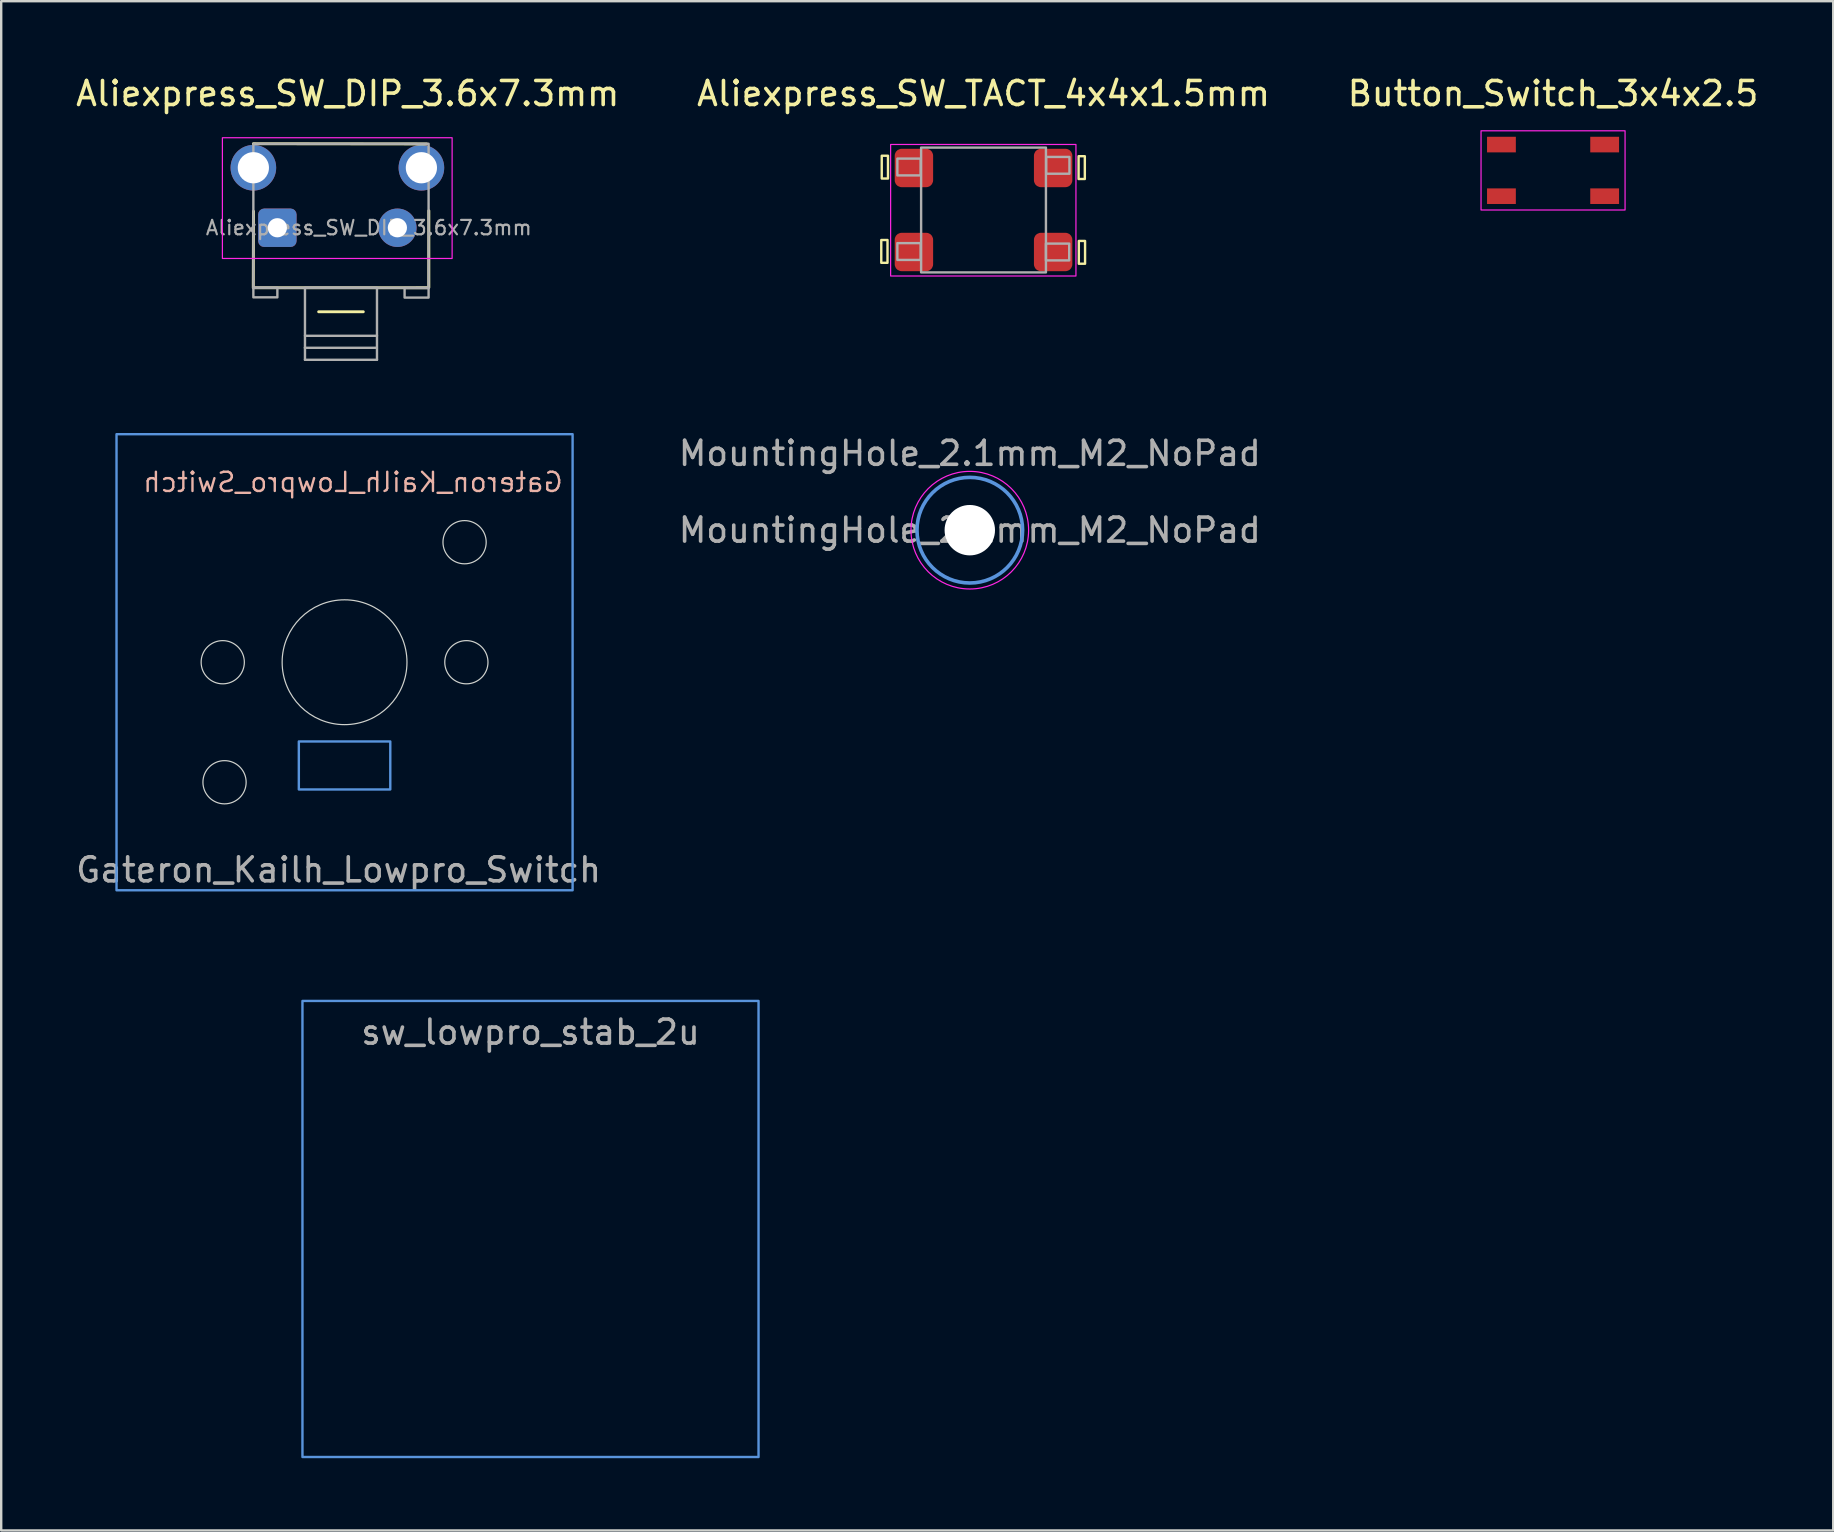
<source format=kicad_pcb>
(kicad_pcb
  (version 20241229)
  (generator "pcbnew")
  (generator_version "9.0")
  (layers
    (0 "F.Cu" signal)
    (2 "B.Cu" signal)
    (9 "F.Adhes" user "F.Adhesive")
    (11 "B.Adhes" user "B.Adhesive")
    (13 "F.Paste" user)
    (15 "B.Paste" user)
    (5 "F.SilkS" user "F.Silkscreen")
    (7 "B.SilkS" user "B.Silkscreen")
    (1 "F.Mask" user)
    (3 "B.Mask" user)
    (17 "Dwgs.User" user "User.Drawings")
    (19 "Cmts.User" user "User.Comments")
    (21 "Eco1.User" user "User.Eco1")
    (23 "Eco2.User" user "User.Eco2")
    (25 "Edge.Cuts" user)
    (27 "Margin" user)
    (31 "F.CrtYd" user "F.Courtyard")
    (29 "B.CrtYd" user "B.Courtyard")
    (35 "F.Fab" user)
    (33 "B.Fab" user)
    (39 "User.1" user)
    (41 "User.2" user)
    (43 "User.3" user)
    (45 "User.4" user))
  (footprint "sw_lowpro_stab_2u"
    (layer "F.Cu")
    (at 19.05 48.149)
    (property "Reference" "sw_lowpro_stab_2u" (at -0.1 -10.3 0) (unlocked yes) (layer "Eco1.User") (effects (font (size 1 1) (thickness 0.1))))
    (attr smd)
    (fp_rect (start -9.5 -9.5) (end 9.5 9.5) (stroke (width 0.1) (type solid)) (fill no) (layer "Cmts.User"))
    (fp_rect (start -19 -9.5) (end 19 9.5) (stroke (width 0.1) (type default)) (fill no) (layer "User.2"))
    (fp_line (start -15 -9.5) (end -15 5.33) (stroke (width 0.12) (type solid)) (layer "User.3"))
    (fp_line (start -14.6 5.73) (end -9.4 5.73) (stroke (width 0.12) (type solid)) (layer "User.3"))
    (fp_line (start -14.6 -9.97) (end -9.4 -9.97) (stroke (width 0.12) (type solid)) (layer "User.3"))
    (fp_line (start -9 -9.5) (end -9 5.33) (stroke (width 0.12) (type solid)) (layer "User.3"))
    (fp_line (start 9 -9.5) (end 9 5.33) (stroke (width 0.12) (type solid)) (layer "User.3"))
    (fp_line (start 9.4 5.73) (end 14.6 5.73) (stroke (width 0.12) (type solid)) (layer "User.3"))
    (fp_line (start 14.6 -9.9) (end 9.4 -9.9) (stroke (width 0.12) (type solid)) (layer "User.3"))
    (fp_line (start 15 -9.5) (end 15 5.33) (stroke (width 0.12) (type solid)) (layer "User.3"))
    (fp_rect (start 9.5 -9.5) (end -9.5 9.5) (stroke (width 0.12) (type solid)) (fill no) (layer "User.3"))
    (fp_arc (start -15 -9.57) (mid -14.882842 -9.852843) (end -14.599999 -9.97) (stroke (width 0.12) (type solid)) (layer "User.3"))
    (fp_arc (start -14.6 5.73) (mid -14.882843 5.612843) (end -15 5.33) (stroke (width 0.12) (type solid)) (layer "User.3"))
    (fp_arc (start -9.4 -9.97) (mid -9.117157 -9.852842) (end -9 -9.569999) (stroke (width 0.12) (type solid)) (layer "User.3"))
    (fp_arc (start -9 5.33) (mid -9.117157 5.612843) (end -9.4 5.73) (stroke (width 0.12) (type solid)) (layer "User.3"))
    (fp_arc (start 9 -9.5) (mid 9.117157 -9.782843) (end 9.4 -9.9) (stroke (width 0.12) (type solid)) (layer "User.3"))
    (fp_arc (start 9.4 5.73) (mid 9.117157 5.612843) (end 9 5.33) (stroke (width 0.12) (type solid)) (layer "User.3"))
    (fp_arc (start 14.6 -9.9) (mid 14.882843 -9.782843) (end 15 -9.5) (stroke (width 0.12) (type solid)) (layer "User.3"))
    (fp_arc (start 15 5.33) (mid 14.882843 5.612843) (end 14.6 5.73) (stroke (width 0.12) (type solid)) (layer "User.3"))
    (fp_text user "${REFERENCE}" (at 0 -8.2 0) (layer "F.Fab") (effects (font (size 1 1) (thickness 0.15)))))
  (footprint "Aliexpress_SW_DIP_3.6x7.3mm"
    (layer "F.Cu")
    (at 8.505 6.438)
    (property "Reference" "Aliexpress_SW_DIP_3.6x7.3mm" (at 2.93 -5.59 0) (layer "F.SilkS") (effects (font (size 1 1) (thickness 0.15))))
    (attr through_hole)
    (fp_line (start -1 -3.5) (end 6.219 -3.491) (stroke (width 0.12) (type solid)) (layer "F.SilkS"))
    (fp_line (start -0.996 -0.685) (end -1.004 2.505) (stroke (width 0.12) (type solid)) (layer "F.SilkS"))
    (fp_line (start -0.955 2.501) (end 6.255 2.499) (stroke (width 0.12) (type solid)) (layer "F.SilkS"))
    (fp_line (start 1.72 3.5) (end 3.58 3.5) (stroke (width 0.12) (type solid)) (layer "F.SilkS"))
    (fp_line (start 6.31 -0.71) (end 6.31 2.49) (stroke (width 0.12) (type solid)) (layer "F.SilkS"))
    (fp_rect (start -2.29 -3.75) (end 7.28 1.28) (stroke (width 0.05) (type solid)) (fill no) (layer "F.CrtYd"))
    (fp_line (start 1.15 4.5) (end 1.15 5) (stroke (width 0.1) (type default)) (layer "F.Fab"))
    (fp_line (start 1.15 5) (end 4.1 5) (stroke (width 0.1) (type default)) (layer "F.Fab"))
    (fp_line (start 1.15 5.5) (end 1.15 5) (stroke (width 0.1) (type default)) (layer "F.Fab"))
    (fp_line (start 4.15 4.5) (end 4.15 5.5) (stroke (width 0.1) (type default)) (layer "F.Fab"))
    (fp_line (start 4.15 5.5) (end 1.15 5.5) (stroke (width 0.1) (type default)) (layer "F.Fab"))
    (fp_rect (start -1 -3.5) (end 6.3 2.5) (stroke (width 0.1) (type solid)) (fill no) (layer "F.Fab"))
    (fp_rect (start -1 2.5) (end 0 2.9) (stroke (width 0.1) (type solid)) (fill no) (layer "F.Fab"))
    (fp_rect (start 1.15 2.5) (end 4.15 4.5) (stroke (width 0.1) (type solid)) (fill no) (layer "F.Fab"))
    (fp_rect (start 5.3 2.51) (end 6.3 2.91) (stroke (width 0.1) (type solid)) (fill no) (layer "F.Fab"))
    (fp_text user "${REFERENCE}" (at 3.81 0 0) (layer "F.Fab") (effects (font (size 0.6 0.6) (thickness 0.09))))
    (pad "1" thru_hole roundrect (at 0 0) (size 1.6 1.6) (drill 0.8) (layers "*.Cu" "*.Mask") (roundrect_rratio 0.156))
    (pad "2" thru_hole circle (at 5 0) (size 1.6 1.6) (drill 0.8) (layers "*.Cu" "*.Mask"))
    (pad "3" thru_hole circle (at -1 -2.5) (size 1.9 1.9) (drill 1.3) (layers "*.Cu" "*.Mask"))
    (pad "3" thru_hole circle (at 6 -2.5) (size 1.9 1.9) (drill 1.3) (layers "*.Cu" "*.Mask")))
  (footprint "Aliexpress_SW_TACT_4x4x1.5mm"
    (layer "F.Cu")
    (at 37.923 5.698)
    (property "Reference" "Aliexpress_SW_TACT_4x4x1.5mm" (at 0 -4.85 0) (layer "F.SilkS") (effects (font (size 1 1) (thickness 0.15))))
    (attr through_hole)
    (fp_rect (start -4.26 1.25) (end -4 2.2) (stroke (width 0.1) (type default)) (fill no) (layer "F.SilkS"))
    (fp_rect (start -4.24 -2.26) (end -3.98 -1.31) (stroke (width 0.1) (type default)) (fill no) (layer "F.SilkS"))
    (fp_rect (start 3.96 -2.24) (end 4.22 -1.29) (stroke (width 0.1) (type default)) (fill no) (layer "F.SilkS"))
    (fp_rect (start 3.97 1.29) (end 4.23 2.24) (stroke (width 0.1) (type default)) (fill no) (layer "F.SilkS"))
    (fp_rect (start -3.87 -2.73) (end 3.85 2.75) (stroke (width 0.05) (type default)) (fill no) (layer "F.CrtYd"))
    (fp_rect (start -3.59 -2.14) (end -2.62 -1.44) (stroke (width 0.1) (type default)) (fill no) (layer "F.Fab"))
    (fp_rect (start -3.59 1.38) (end -2.62 2.08) (stroke (width 0.1) (type default)) (fill no) (layer "F.Fab"))
    (fp_rect (start -2.6 -2.6) (end 2.6 2.6) (stroke (width 0.1) (type solid)) (fill no) (layer "F.Fab"))
    (fp_rect (start 2.6 1.4) (end 3.57 2.1) (stroke (width 0.1) (type default)) (fill no) (layer "F.Fab"))
    (fp_rect (start 2.61 -2.21) (end 3.58 -1.51) (stroke (width 0.1) (type default)) (fill no) (layer "F.Fab"))
    (pad "1" smd roundrect (at -2.9 -1.75 180) (size 1.6 1.6) (layers "F.Cu" "F.Mask" "F.Paste") (roundrect_rratio 0.179))
    (pad "1" smd roundrect (at 2.9 -1.75) (size 1.6 1.6) (layers "F.Cu" "F.Mask" "F.Paste") (roundrect_rratio 0.179))
    (pad "2" smd roundrect (at -2.9 1.75 180) (size 1.6 1.6) (layers "F.Cu" "F.Mask" "F.Paste") (roundrect_rratio 0.179))
    (pad "2" smd roundrect (at 2.9 1.75 180) (size 1.6 1.6) (layers "F.Cu" "F.Mask" "F.Paste") (roundrect_rratio 0.179)))
  (footprint "Button_Switch_3x4x2.5"
    (layer "F.Cu")
    (at 61.649 4.048)
    (property "Reference" "Button_Switch_3x4x2.5" (at 0 -3.2 0) (layer "F.SilkS") (effects (font (size 1 1) (thickness 0.15))))
    (attr smd)
    (fp_rect (start -3 -1.65) (end 3 1.65) (stroke (width 0.05) (type default)) (fill no) (layer "F.CrtYd"))
    (pad "1" smd rect (at -2.15 -1.075) (size 1.2 0.65) (layers "F.Cu" "F.Mask" "F.Paste"))
    (pad "1" smd rect (at 2.15 -1.075) (size 1.2 0.65) (layers "F.Cu" "F.Mask" "F.Paste"))
    (pad "2" smd rect (at -2.15 1.075) (size 1.2 0.65) (layers "F.Cu" "F.Mask" "F.Paste"))
    (pad "2" smd rect (at 2.15 1.075) (size 1.2 0.65) (layers "F.Cu" "F.Mask" "F.Paste")))
  (footprint "Gateron_Kailh_Lowpro_Switch"
    (layer "F.Cu")
    (at 11.304 24.538)
    (property "Reference" "Gateron_Kailh_Lowpro_Switch" (at 0.35 -7.5 0) (unlocked yes) (layer "B.SilkS") (effects (font (size 0.8 0.8) (thickness 0.1)) (justify mirror)))
    (attr smd)
    (fp_rect (start -9.5 -9.5) (end 9.5 9.5) (stroke (width 0.1) (type solid)) (fill no) (layer "Cmts.User"))
    (fp_rect (start -1.905 3.3) (end 1.905 5.3) (stroke (width 0.1) (type solid)) (fill no) (layer "Cmts.User"))
    (fp_circle (center -5.075 0) (end -4.175 0) (stroke (width 0.05) (type solid)) (fill no) (layer "Edge.Cuts"))
    (fp_circle (center -5 5) (end -4.1 5) (stroke (width 0.05) (type solid)) (fill no) (layer "Edge.Cuts"))
    (fp_circle (center 0 0) (end 2.6 0) (stroke (width 0.05) (type solid)) (fill no) (layer "Edge.Cuts"))
    (fp_circle (center 5 -5) (end 5.9 -5) (stroke (width 0.05) (type solid)) (fill no) (layer "Edge.Cuts"))
    (fp_circle (center 5.075 0) (end 5.975 0) (stroke (width 0.05) (type solid)) (fill no) (layer "Edge.Cuts"))
    (fp_circle (center -5.075 0) (end -4.075 0) (stroke (width 0.05) (type solid)) (fill no) (layer "User.1"))
    (fp_circle (center -5 5) (end -4 5) (stroke (width 0.05) (type solid)) (fill no) (layer "User.1"))
    (fp_circle (center 0 0) (end 2.75 0) (stroke (width 0.1) (type solid)) (fill no) (layer "User.1"))
    (fp_circle (center 5 -5) (end 6 -5) (stroke (width 0.05) (type solid)) (fill no) (layer "User.1"))
    (fp_circle (center 5.075 0) (end 6.075 0) (stroke (width 0.05) (type solid)) (fill no) (layer "User.1"))
    (fp_rect (start -2.5 -6) (end 2.5 -3.5) (stroke (width 0.1) (type solid)) (fill no) (layer "User.2"))
    (fp_circle (center 0 4.3) (end 2.75 4.3) (stroke (width 0.1) (type solid)) (fill no) (layer "User.2"))
    (fp_circle (center -1 4.3) (end 1.75 4.3) (stroke (width 0.1) (type solid)) (fill no) (layer "User.3"))
    (fp_circle (center 0 -4.75) (end 2.75 -4.75) (stroke (width 0.1) (type solid)) (fill no) (layer "User.3"))
    (fp_circle (center 1 4.3) (end 3.75 4.3) (stroke (width 0.1) (type solid)) (fill no) (layer "User.3"))
    (fp_line (start -7 -6.6) (end -7 6.6) (stroke (width 0.12) (type solid)) (layer "User.4"))
    (fp_line (start -6.6 -7) (end 6.6 -7) (stroke (width 0.12) (type solid)) (layer "User.4"))
    (fp_line (start -6.6 7) (end 6.6 7) (stroke (width 0.12) (type solid)) (layer "User.4"))
    (fp_line (start 7 -6.6) (end 7 6.6) (stroke (width 0.12) (type solid)) (layer "User.4"))
    (fp_arc (start -7 -6.6) (mid -6.882843 -6.882843) (end -6.6 -7) (stroke (width 0.12) (type solid)) (layer "User.4"))
    (fp_arc (start -6.6 7) (mid -6.882843 6.882843) (end -7 6.6) (stroke (width 0.12) (type solid)) (layer "User.4"))
    (fp_arc (start 6.6 -7) (mid 6.882843 -6.882843) (end 7 -6.6) (stroke (width 0.12) (type solid)) (layer "User.4"))
    (fp_arc (start 7 6.6) (mid 6.882843 6.882843) (end 6.6 7) (stroke (width 0.12) (type solid)) (layer "User.4"))
    (fp_text user "${REFERENCE}" (at -0.25 8.65 0) (unlocked yes) (layer "F.Fab") (effects (font (size 1 1) (thickness 0.15))))
    (zone (net_name "") (layers "F.Cu" "B.Cu") (hatch edge 0.5) (connect_pads) (min_thickness 0.25) (filled_areas_thickness no) (keepout (tracks allowed) (vias allowed) (pads allowed) (copperpour not_allowed) (footprints allowed)) (placement (enabled no)) (fill) (polygon (pts (xy 18.304 24.538) (xy 18.354 29.138) (xy 16.204 29.138) (xy 16.204 28.638) (xy 14.554 28.638) (xy 14.554 30.138) (xy 16.204 30.138) (xy 16.204 29.488) (xy 18.354 29.488) (xy 18.304 33.088) (xy 4.304 33.088) (xy 4.304 24.538) (xy 7.704 24.538) (xy 7.704 26.588) (xy 7.054 27.638) (xy 7.554 28.538) (xy 8.454 28.538) (xy 9.054 28.138) (xy 9.024 27.438) (xy 8.054 26.588) (xy 8.054 24.538)))))
  (footprint "MountingHole_2.1mm_M2_NoPad"
    (layer "F.Cu")
    (at 37.351 19.037)
    (property "Reference" "MountingHole_2.1mm_M2_NoPad" (at 0 -3.2 0) (layer "F.Fab") (effects (font (size 1 1) (thickness 0.15))))
    (attr exclude_from_pos_files exclude_from_bom)
    (fp_circle (center 0 0) (end 2.2 0) (stroke (width 0.15) (type solid)) (fill no) (layer "Cmts.User"))
    (fp_circle (center 0 0) (end 2.45 0) (stroke (width 0.05) (type solid)) (fill no) (layer "F.CrtYd"))
    (fp_text user "${REFERENCE}" (at 0 0 0) (layer "F.Fab") (effects (font (size 1 1) (thickness 0.15))))
    (pad "" np_thru_hole circle (at 0 0) (size 2.1 2.1) (drill 2.2) (layers "*.Cu" "*.Mask")))
  (gr_rect
    (start -3 -3)
    (end 73.321 60.709)
    (stroke (width 0.1) (type default))
    (fill no)
    (layer "Edge.Cuts")))
</source>
